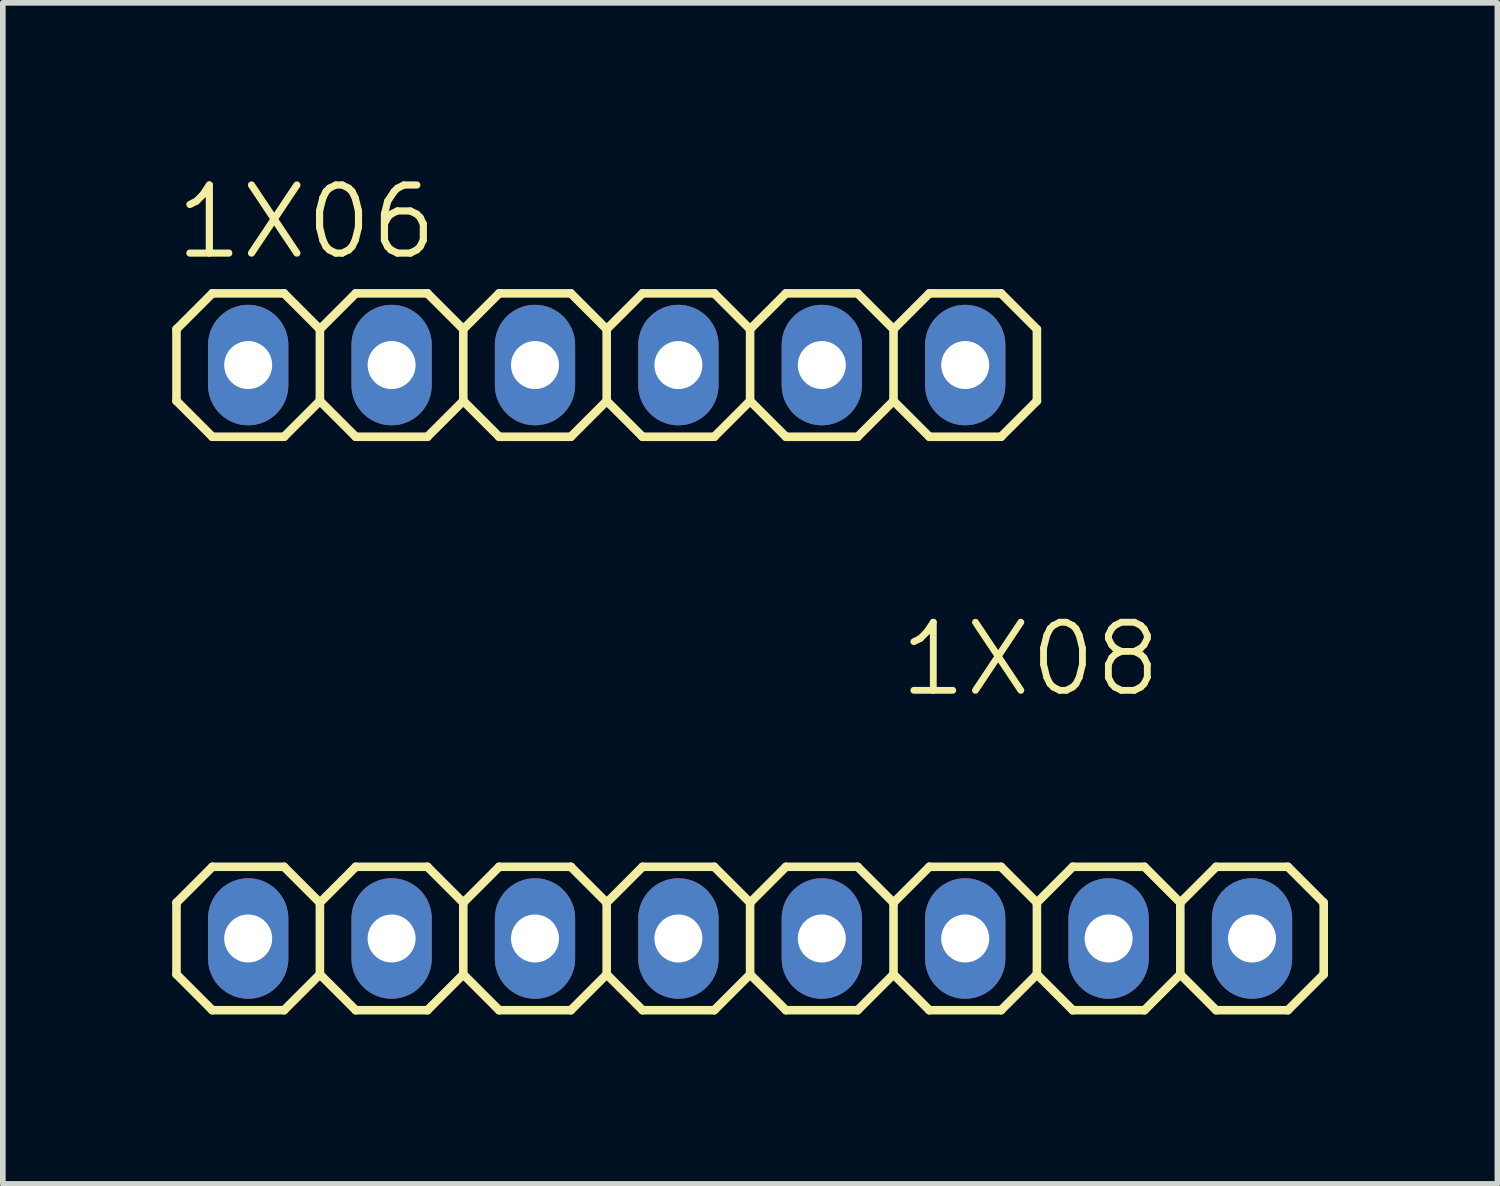
<source format=kicad_pcb>
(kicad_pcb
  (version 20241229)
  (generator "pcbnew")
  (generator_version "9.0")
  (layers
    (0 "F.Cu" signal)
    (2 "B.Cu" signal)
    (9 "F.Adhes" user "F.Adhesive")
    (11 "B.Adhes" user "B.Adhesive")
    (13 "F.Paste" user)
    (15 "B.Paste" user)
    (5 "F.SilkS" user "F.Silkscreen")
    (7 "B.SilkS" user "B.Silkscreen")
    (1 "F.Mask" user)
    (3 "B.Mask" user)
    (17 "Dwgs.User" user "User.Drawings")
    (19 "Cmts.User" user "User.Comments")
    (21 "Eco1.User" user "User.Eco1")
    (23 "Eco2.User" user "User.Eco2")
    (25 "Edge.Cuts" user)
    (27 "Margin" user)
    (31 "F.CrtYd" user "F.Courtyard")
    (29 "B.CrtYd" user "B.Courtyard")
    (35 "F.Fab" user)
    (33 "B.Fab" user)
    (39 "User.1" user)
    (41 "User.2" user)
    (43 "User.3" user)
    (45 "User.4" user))
  (footprint "1X08"
    (layer "F.Cu")
    (at 10.236 13.573)
    (property "Reference" "1X08" (at 2.591 -4.242 0) (layer "F.SilkS") (effects (font (size 1.206 1.206) (thickness 0.121)) (justify left bottom)))
    (attr through_hole)
    (fp_line (start -10.16 -0.635) (end -10.16 0.635) (stroke (width 0.152) (type solid)) (layer "F.SilkS"))
    (fp_line (start -10.16 0.635) (end -9.525 1.27) (stroke (width 0.152) (type solid)) (layer "F.SilkS"))
    (fp_line (start -9.525 -1.27) (end -10.16 -0.635) (stroke (width 0.152) (type solid)) (layer "F.SilkS"))
    (fp_line (start -9.525 -1.27) (end -8.255 -1.27) (stroke (width 0.152) (type solid)) (layer "F.SilkS"))
    (fp_line (start -8.255 -1.27) (end -7.62 -0.635) (stroke (width 0.152) (type solid)) (layer "F.SilkS"))
    (fp_line (start -8.255 1.27) (end -9.525 1.27) (stroke (width 0.152) (type solid)) (layer "F.SilkS"))
    (fp_line (start -7.62 -0.635) (end -7.62 0.635) (stroke (width 0.152) (type solid)) (layer "F.SilkS"))
    (fp_line (start -7.62 -0.635) (end -6.985 -1.27) (stroke (width 0.152) (type solid)) (layer "F.SilkS"))
    (fp_line (start -7.62 0.635) (end -8.255 1.27) (stroke (width 0.152) (type solid)) (layer "F.SilkS"))
    (fp_line (start -6.985 -1.27) (end -5.715 -1.27) (stroke (width 0.152) (type solid)) (layer "F.SilkS"))
    (fp_line (start -6.985 1.27) (end -7.62 0.635) (stroke (width 0.152) (type solid)) (layer "F.SilkS"))
    (fp_line (start -5.715 -1.27) (end -5.08 -0.635) (stroke (width 0.152) (type solid)) (layer "F.SilkS"))
    (fp_line (start -5.715 1.27) (end -6.985 1.27) (stroke (width 0.152) (type solid)) (layer "F.SilkS"))
    (fp_line (start -5.08 -0.635) (end -5.08 0.635) (stroke (width 0.152) (type solid)) (layer "F.SilkS"))
    (fp_line (start -5.08 -0.635) (end -4.445 -1.27) (stroke (width 0.152) (type solid)) (layer "F.SilkS"))
    (fp_line (start -5.08 0.635) (end -5.715 1.27) (stroke (width 0.152) (type solid)) (layer "F.SilkS"))
    (fp_line (start -4.445 -1.27) (end -3.175 -1.27) (stroke (width 0.152) (type solid)) (layer "F.SilkS"))
    (fp_line (start -4.445 1.27) (end -5.08 0.635) (stroke (width 0.152) (type solid)) (layer "F.SilkS"))
    (fp_line (start -3.175 -1.27) (end -2.54 -0.635) (stroke (width 0.152) (type solid)) (layer "F.SilkS"))
    (fp_line (start -3.175 1.27) (end -4.445 1.27) (stroke (width 0.152) (type solid)) (layer "F.SilkS"))
    (fp_line (start -2.54 -0.635) (end -2.54 0.635) (stroke (width 0.152) (type solid)) (layer "F.SilkS"))
    (fp_line (start -2.54 0.635) (end -3.175 1.27) (stroke (width 0.152) (type solid)) (layer "F.SilkS"))
    (fp_line (start -2.54 0.635) (end -1.905 1.27) (stroke (width 0.152) (type solid)) (layer "F.SilkS"))
    (fp_line (start -1.905 -1.27) (end -2.54 -0.635) (stroke (width 0.152) (type solid)) (layer "F.SilkS"))
    (fp_line (start -1.905 -1.27) (end -0.635 -1.27) (stroke (width 0.152) (type solid)) (layer "F.SilkS"))
    (fp_line (start -0.635 -1.27) (end 0 -0.635) (stroke (width 0.152) (type solid)) (layer "F.SilkS"))
    (fp_line (start -0.635 1.27) (end -1.905 1.27) (stroke (width 0.152) (type solid)) (layer "F.SilkS"))
    (fp_line (start 0 -0.635) (end 0 0.635) (stroke (width 0.152) (type solid)) (layer "F.SilkS"))
    (fp_line (start 0 -0.635) (end 0.635 -1.27) (stroke (width 0.152) (type solid)) (layer "F.SilkS"))
    (fp_line (start 0 0.635) (end -0.635 1.27) (stroke (width 0.152) (type solid)) (layer "F.SilkS"))
    (fp_line (start 0.635 -1.27) (end 1.905 -1.27) (stroke (width 0.152) (type solid)) (layer "F.SilkS"))
    (fp_line (start 0.635 1.27) (end 0 0.635) (stroke (width 0.152) (type solid)) (layer "F.SilkS"))
    (fp_line (start 1.905 -1.27) (end 2.54 -0.635) (stroke (width 0.152) (type solid)) (layer "F.SilkS"))
    (fp_line (start 1.905 1.27) (end 0.635 1.27) (stroke (width 0.152) (type solid)) (layer "F.SilkS"))
    (fp_line (start 2.54 -0.635) (end 2.54 0.635) (stroke (width 0.152) (type solid)) (layer "F.SilkS"))
    (fp_line (start 2.54 -0.635) (end 3.175 -1.27) (stroke (width 0.152) (type solid)) (layer "F.SilkS"))
    (fp_line (start 2.54 0.635) (end 1.905 1.27) (stroke (width 0.152) (type solid)) (layer "F.SilkS"))
    (fp_line (start 3.175 -1.27) (end 4.445 -1.27) (stroke (width 0.152) (type solid)) (layer "F.SilkS"))
    (fp_line (start 3.175 1.27) (end 2.54 0.635) (stroke (width 0.152) (type solid)) (layer "F.SilkS"))
    (fp_line (start 4.445 -1.27) (end 5.08 -0.635) (stroke (width 0.152) (type solid)) (layer "F.SilkS"))
    (fp_line (start 4.445 1.27) (end 3.175 1.27) (stroke (width 0.152) (type solid)) (layer "F.SilkS"))
    (fp_line (start 5.08 -0.635) (end 5.08 0.635) (stroke (width 0.152) (type solid)) (layer "F.SilkS"))
    (fp_line (start 5.08 0.635) (end 4.445 1.27) (stroke (width 0.152) (type solid)) (layer "F.SilkS"))
    (fp_line (start 5.08 0.635) (end 5.715 1.27) (stroke (width 0.152) (type solid)) (layer "F.SilkS"))
    (fp_line (start 5.715 -1.27) (end 5.08 -0.635) (stroke (width 0.152) (type solid)) (layer "F.SilkS"))
    (fp_line (start 5.715 -1.27) (end 6.985 -1.27) (stroke (width 0.152) (type solid)) (layer "F.SilkS"))
    (fp_line (start 6.985 -1.27) (end 7.62 -0.635) (stroke (width 0.152) (type solid)) (layer "F.SilkS"))
    (fp_line (start 6.985 1.27) (end 5.715 1.27) (stroke (width 0.152) (type solid)) (layer "F.SilkS"))
    (fp_line (start 7.62 -0.635) (end 7.62 0.635) (stroke (width 0.152) (type solid)) (layer "F.SilkS"))
    (fp_line (start 7.62 0.635) (end 6.985 1.27) (stroke (width 0.152) (type solid)) (layer "F.SilkS"))
    (fp_line (start 7.62 0.635) (end 8.255 1.27) (stroke (width 0.152) (type solid)) (layer "F.SilkS"))
    (fp_line (start 8.255 -1.27) (end 7.62 -0.635) (stroke (width 0.152) (type solid)) (layer "F.SilkS"))
    (fp_line (start 8.255 -1.27) (end 9.525 -1.27) (stroke (width 0.152) (type solid)) (layer "F.SilkS"))
    (fp_line (start 9.525 -1.27) (end 10.16 -0.635) (stroke (width 0.152) (type solid)) (layer "F.SilkS"))
    (fp_line (start 9.525 1.27) (end 8.255 1.27) (stroke (width 0.152) (type solid)) (layer "F.SilkS"))
    (fp_line (start 10.16 -0.635) (end 10.16 0.635) (stroke (width 0.152) (type solid)) (layer "F.SilkS"))
    (fp_line (start 10.16 0.635) (end 9.525 1.27) (stroke (width 0.152) (type solid)) (layer "F.SilkS"))
    (fp_poly (pts (xy -9.144 0.254) (xy -8.636 0.254) (xy -8.636 -0.254) (xy -9.144 -0.254)) (stroke (width 0.1) (type solid)) (fill no) (layer "F.Fab"))
    (fp_poly (pts (xy -6.604 0.254) (xy -6.096 0.254) (xy -6.096 -0.254) (xy -6.604 -0.254)) (stroke (width 0.1) (type solid)) (fill no) (layer "F.Fab"))
    (fp_poly (pts (xy -4.064 0.254) (xy -3.556 0.254) (xy -3.556 -0.254) (xy -4.064 -0.254)) (stroke (width 0.1) (type solid)) (fill no) (layer "F.Fab"))
    (fp_poly (pts (xy -1.524 0.254) (xy -1.016 0.254) (xy -1.016 -0.254) (xy -1.524 -0.254)) (stroke (width 0.1) (type solid)) (fill no) (layer "F.Fab"))
    (fp_poly (pts (xy 1.016 0.254) (xy 1.524 0.254) (xy 1.524 -0.254) (xy 1.016 -0.254)) (stroke (width 0.1) (type solid)) (fill no) (layer "F.Fab"))
    (fp_poly (pts (xy 3.556 0.254) (xy 4.064 0.254) (xy 4.064 -0.254) (xy 3.556 -0.254)) (stroke (width 0.1) (type solid)) (fill no) (layer "F.Fab"))
    (fp_poly (pts (xy 6.096 0.254) (xy 6.604 0.254) (xy 6.604 -0.254) (xy 6.096 -0.254)) (stroke (width 0.1) (type solid)) (fill no) (layer "F.Fab"))
    (fp_poly (pts (xy 8.636 0.254) (xy 9.144 0.254) (xy 9.144 -0.254) (xy 8.636 -0.254)) (stroke (width 0.1) (type solid)) (fill no) (layer "F.Fab"))
    (pad "1" thru_hole oval (at -8.89 0 90) (size 2.134 1.422) (drill 0.85) (layers "*.Cu" "*.Mask"))
    (pad "2" thru_hole oval (at -6.35 0 90) (size 2.134 1.422) (drill 0.85) (layers "*.Cu" "*.Mask"))
    (pad "3" thru_hole oval (at -3.81 0 90) (size 2.134 1.422) (drill 0.85) (layers "*.Cu" "*.Mask"))
    (pad "4" thru_hole oval (at -1.27 0 90) (size 2.134 1.422) (drill 0.85) (layers "*.Cu" "*.Mask"))
    (pad "5" thru_hole oval (at 1.27 0 90) (size 2.134 1.422) (drill 0.85) (layers "*.Cu" "*.Mask"))
    (pad "6" thru_hole oval (at 3.81 0 90) (size 2.134 1.422) (drill 0.85) (layers "*.Cu" "*.Mask"))
    (pad "7" thru_hole oval (at 6.35 0 90) (size 2.134 1.422) (drill 0.85) (layers "*.Cu" "*.Mask"))
    (pad "8" thru_hole oval (at 8.89 0 90) (size 2.134 1.422) (drill 0.85) (layers "*.Cu" "*.Mask")))
  (footprint "1X06"
    (layer "F.Cu")
    (at 7.696 3.416)
    (property "Reference" "1X06" (at -7.696 -1.829 0) (layer "F.SilkS") (effects (font (size 1.206 1.206) (thickness 0.127)) (justify left bottom)))
    (attr through_hole)
    (fp_line (start -7.62 -0.635) (end -7.62 0.635) (stroke (width 0.152) (type solid)) (layer "F.SilkS"))
    (fp_line (start -7.62 0.635) (end -6.985 1.27) (stroke (width 0.152) (type solid)) (layer "F.SilkS"))
    (fp_line (start -6.985 -1.27) (end -7.62 -0.635) (stroke (width 0.152) (type solid)) (layer "F.SilkS"))
    (fp_line (start -6.985 -1.27) (end -5.715 -1.27) (stroke (width 0.152) (type solid)) (layer "F.SilkS"))
    (fp_line (start -5.715 -1.27) (end -5.08 -0.635) (stroke (width 0.152) (type solid)) (layer "F.SilkS"))
    (fp_line (start -5.715 1.27) (end -6.985 1.27) (stroke (width 0.152) (type solid)) (layer "F.SilkS"))
    (fp_line (start -5.08 -0.635) (end -5.08 0.635) (stroke (width 0.152) (type solid)) (layer "F.SilkS"))
    (fp_line (start -5.08 -0.635) (end -4.445 -1.27) (stroke (width 0.152) (type solid)) (layer "F.SilkS"))
    (fp_line (start -5.08 0.635) (end -5.715 1.27) (stroke (width 0.152) (type solid)) (layer "F.SilkS"))
    (fp_line (start -4.445 -1.27) (end -3.175 -1.27) (stroke (width 0.152) (type solid)) (layer "F.SilkS"))
    (fp_line (start -4.445 1.27) (end -5.08 0.635) (stroke (width 0.152) (type solid)) (layer "F.SilkS"))
    (fp_line (start -3.175 -1.27) (end -2.54 -0.635) (stroke (width 0.152) (type solid)) (layer "F.SilkS"))
    (fp_line (start -3.175 1.27) (end -4.445 1.27) (stroke (width 0.152) (type solid)) (layer "F.SilkS"))
    (fp_line (start -2.54 -0.635) (end -2.54 0.635) (stroke (width 0.152) (type solid)) (layer "F.SilkS"))
    (fp_line (start -2.54 -0.635) (end -1.905 -1.27) (stroke (width 0.152) (type solid)) (layer "F.SilkS"))
    (fp_line (start -2.54 0.635) (end -3.175 1.27) (stroke (width 0.152) (type solid)) (layer "F.SilkS"))
    (fp_line (start -1.905 -1.27) (end -0.635 -1.27) (stroke (width 0.152) (type solid)) (layer "F.SilkS"))
    (fp_line (start -1.905 1.27) (end -2.54 0.635) (stroke (width 0.152) (type solid)) (layer "F.SilkS"))
    (fp_line (start -0.635 -1.27) (end 0 -0.635) (stroke (width 0.152) (type solid)) (layer "F.SilkS"))
    (fp_line (start -0.635 1.27) (end -1.905 1.27) (stroke (width 0.152) (type solid)) (layer "F.SilkS"))
    (fp_line (start 0 -0.635) (end 0 0.635) (stroke (width 0.152) (type solid)) (layer "F.SilkS"))
    (fp_line (start 0 0.635) (end -0.635 1.27) (stroke (width 0.152) (type solid)) (layer "F.SilkS"))
    (fp_line (start 0 0.635) (end 0.635 1.27) (stroke (width 0.152) (type solid)) (layer "F.SilkS"))
    (fp_line (start 0.635 -1.27) (end 0 -0.635) (stroke (width 0.152) (type solid)) (layer "F.SilkS"))
    (fp_line (start 0.635 -1.27) (end 1.905 -1.27) (stroke (width 0.152) (type solid)) (layer "F.SilkS"))
    (fp_line (start 1.905 -1.27) (end 2.54 -0.635) (stroke (width 0.152) (type solid)) (layer "F.SilkS"))
    (fp_line (start 1.905 1.27) (end 0.635 1.27) (stroke (width 0.152) (type solid)) (layer "F.SilkS"))
    (fp_line (start 2.54 -0.635) (end 2.54 0.635) (stroke (width 0.152) (type solid)) (layer "F.SilkS"))
    (fp_line (start 2.54 -0.635) (end 3.175 -1.27) (stroke (width 0.152) (type solid)) (layer "F.SilkS"))
    (fp_line (start 2.54 0.635) (end 1.905 1.27) (stroke (width 0.152) (type solid)) (layer "F.SilkS"))
    (fp_line (start 3.175 -1.27) (end 4.445 -1.27) (stroke (width 0.152) (type solid)) (layer "F.SilkS"))
    (fp_line (start 3.175 1.27) (end 2.54 0.635) (stroke (width 0.152) (type solid)) (layer "F.SilkS"))
    (fp_line (start 4.445 -1.27) (end 5.08 -0.635) (stroke (width 0.152) (type solid)) (layer "F.SilkS"))
    (fp_line (start 4.445 1.27) (end 3.175 1.27) (stroke (width 0.152) (type solid)) (layer "F.SilkS"))
    (fp_line (start 5.08 -0.635) (end 5.08 0.635) (stroke (width 0.152) (type solid)) (layer "F.SilkS"))
    (fp_line (start 5.08 0.635) (end 4.445 1.27) (stroke (width 0.152) (type solid)) (layer "F.SilkS"))
    (fp_line (start 5.08 0.635) (end 5.715 1.27) (stroke (width 0.152) (type solid)) (layer "F.SilkS"))
    (fp_line (start 5.715 -1.27) (end 5.08 -0.635) (stroke (width 0.152) (type solid)) (layer "F.SilkS"))
    (fp_line (start 5.715 -1.27) (end 6.985 -1.27) (stroke (width 0.152) (type solid)) (layer "F.SilkS"))
    (fp_line (start 6.985 -1.27) (end 7.62 -0.635) (stroke (width 0.152) (type solid)) (layer "F.SilkS"))
    (fp_line (start 6.985 1.27) (end 5.715 1.27) (stroke (width 0.152) (type solid)) (layer "F.SilkS"))
    (fp_line (start 7.62 -0.635) (end 7.62 0.635) (stroke (width 0.152) (type solid)) (layer "F.SilkS"))
    (fp_line (start 7.62 0.635) (end 6.985 1.27) (stroke (width 0.152) (type solid)) (layer "F.SilkS"))
    (fp_poly (pts (xy -6.604 0.254) (xy -6.096 0.254) (xy -6.096 -0.254) (xy -6.604 -0.254)) (stroke (width 0.1) (type solid)) (fill no) (layer "F.Fab"))
    (fp_poly (pts (xy -4.064 0.254) (xy -3.556 0.254) (xy -3.556 -0.254) (xy -4.064 -0.254)) (stroke (width 0.1) (type solid)) (fill no) (layer "F.Fab"))
    (fp_poly (pts (xy -1.524 0.254) (xy -1.016 0.254) (xy -1.016 -0.254) (xy -1.524 -0.254)) (stroke (width 0.1) (type solid)) (fill no) (layer "F.Fab"))
    (fp_poly (pts (xy 1.016 0.254) (xy 1.524 0.254) (xy 1.524 -0.254) (xy 1.016 -0.254)) (stroke (width 0.1) (type solid)) (fill no) (layer "F.Fab"))
    (fp_poly (pts (xy 3.556 0.254) (xy 4.064 0.254) (xy 4.064 -0.254) (xy 3.556 -0.254)) (stroke (width 0.1) (type solid)) (fill no) (layer "F.Fab"))
    (fp_poly (pts (xy 6.096 0.254) (xy 6.604 0.254) (xy 6.604 -0.254) (xy 6.096 -0.254)) (stroke (width 0.1) (type solid)) (fill no) (layer "F.Fab"))
    (pad "1" thru_hole oval (at -6.35 0 90) (size 2.134 1.422) (drill 0.85) (layers "*.Cu" "*.Mask"))
    (pad "2" thru_hole oval (at -3.81 0 90) (size 2.134 1.422) (drill 0.85) (layers "*.Cu" "*.Mask"))
    (pad "3" thru_hole oval (at -1.27 0 90) (size 2.134 1.422) (drill 0.85) (layers "*.Cu" "*.Mask"))
    (pad "4" thru_hole oval (at 1.27 0 90) (size 2.134 1.422) (drill 0.85) (layers "*.Cu" "*.Mask"))
    (pad "5" thru_hole oval (at 3.81 0 90) (size 2.134 1.422) (drill 0.85) (layers "*.Cu" "*.Mask"))
    (pad "6" thru_hole oval (at 6.35 0 90) (size 2.134 1.422) (drill 0.85) (layers "*.Cu" "*.Mask")))
  (gr_rect
    (start -3 -3)
    (end 23.472 17.919)
    (stroke (width 0.1) (type default))
    (fill no)
    (layer "Edge.Cuts")))
</source>
